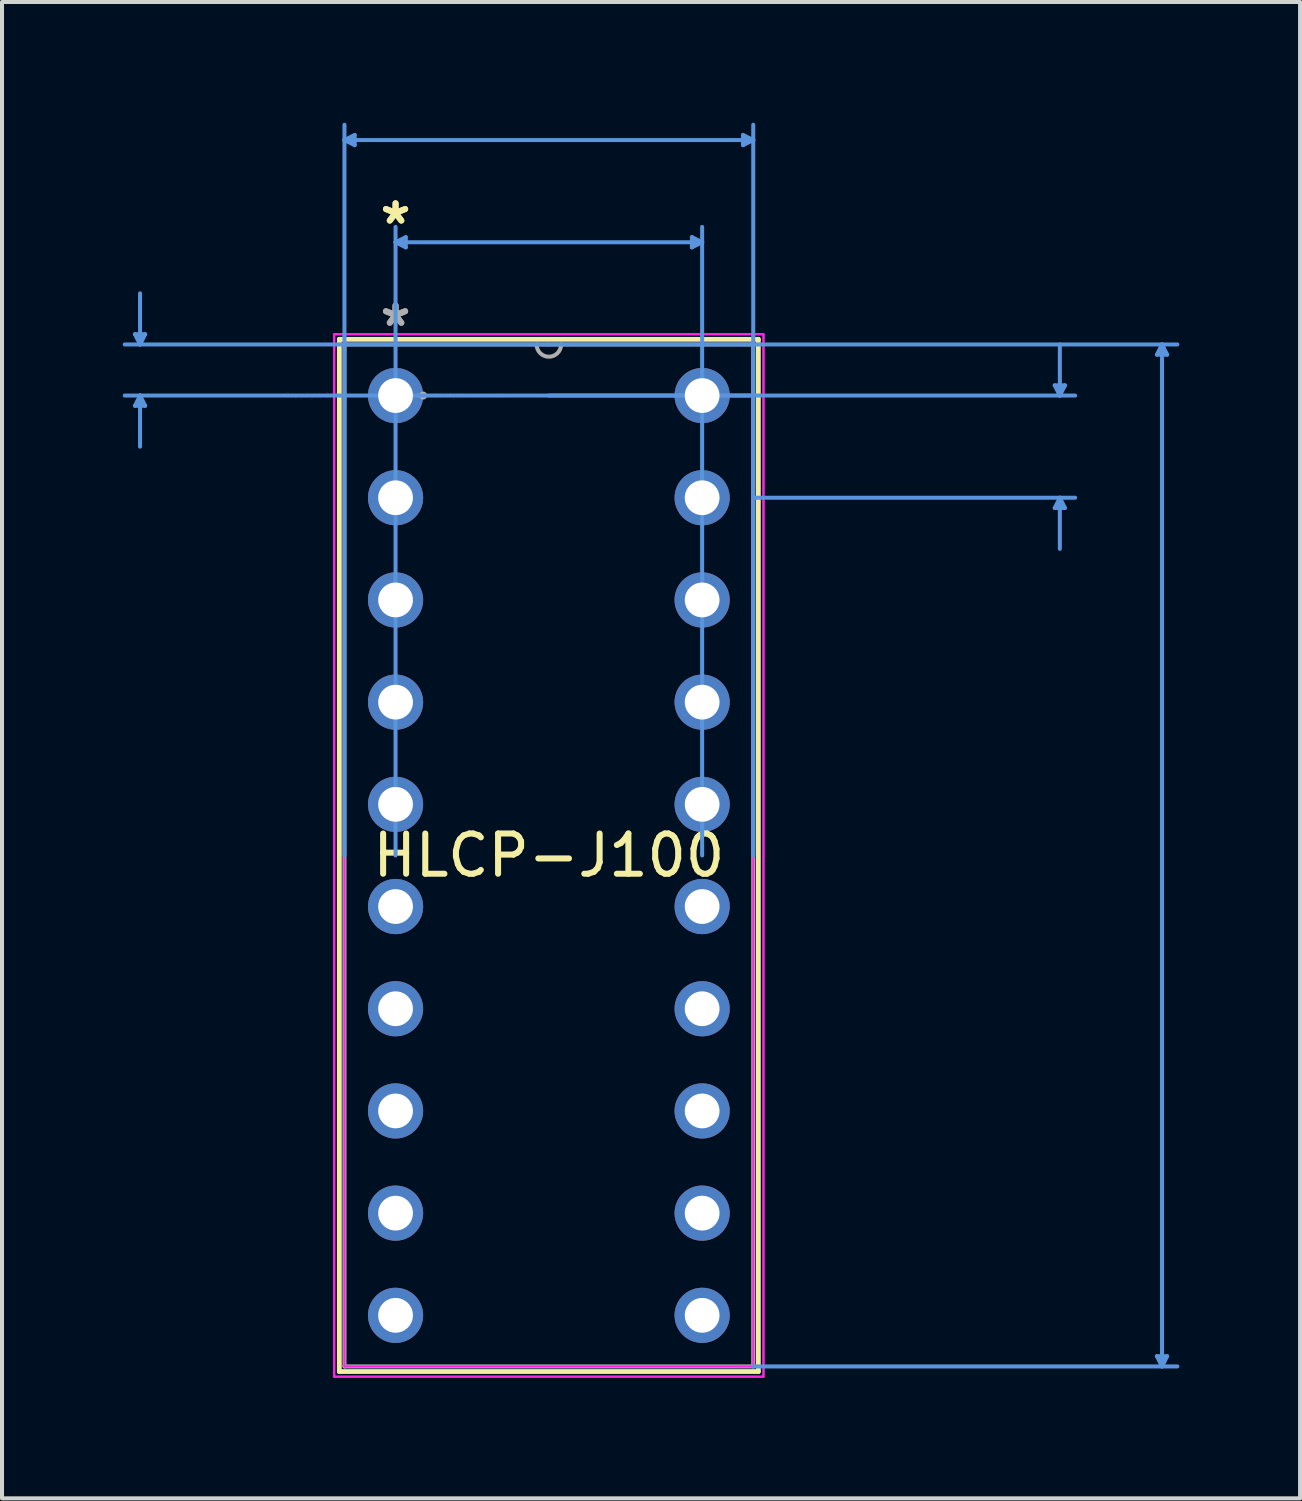
<source format=kicad_pcb>
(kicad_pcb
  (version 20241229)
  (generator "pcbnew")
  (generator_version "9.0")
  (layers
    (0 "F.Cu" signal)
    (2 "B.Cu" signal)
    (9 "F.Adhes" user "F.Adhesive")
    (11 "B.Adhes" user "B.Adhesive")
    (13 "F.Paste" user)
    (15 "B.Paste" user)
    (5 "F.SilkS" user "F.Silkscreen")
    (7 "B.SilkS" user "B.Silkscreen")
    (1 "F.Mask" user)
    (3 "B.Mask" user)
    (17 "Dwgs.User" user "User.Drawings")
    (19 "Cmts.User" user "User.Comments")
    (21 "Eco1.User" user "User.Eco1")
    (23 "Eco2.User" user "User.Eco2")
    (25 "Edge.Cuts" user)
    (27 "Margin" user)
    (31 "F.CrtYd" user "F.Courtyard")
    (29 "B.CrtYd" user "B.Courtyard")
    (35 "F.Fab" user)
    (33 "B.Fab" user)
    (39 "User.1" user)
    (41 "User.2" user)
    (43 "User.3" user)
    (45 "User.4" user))
  (footprint "HLCP-J100"
    (layer "F.Cu")
    (at 6.781 6.781)
    (property "Reference" "HLCP-J100" (at 3.81 11.43 0) (layer "F.SilkS") (effects (font (size 1 1) (thickness 0.15))))
    (attr through_hole)
    (fp_line (start -1.397 -1.397) (end -1.397 24.257) (stroke (width 0.12) (type solid)) (layer "F.SilkS"))
    (fp_line (start -1.397 24.257) (end 9.017 24.257) (stroke (width 0.12) (type solid)) (layer "F.SilkS"))
    (fp_line (start 9.017 -1.397) (end -1.397 -1.397) (stroke (width 0.12) (type solid)) (layer "F.SilkS"))
    (fp_line (start 9.017 24.257) (end 9.017 -1.397) (stroke (width 0.12) (type solid)) (layer "F.SilkS"))
    (fp_line (start -6.477 -1.524) (end -6.223 -1.524) (stroke (width 0.1) (type solid)) (layer "Cmts.User"))
    (fp_line (start -6.477 0.254) (end -6.223 0.254) (stroke (width 0.1) (type solid)) (layer "Cmts.User"))
    (fp_line (start -6.35 -1.27) (end -6.477 -1.524) (stroke (width 0.1) (type solid)) (layer "Cmts.User"))
    (fp_line (start -6.35 -1.27) (end -6.35 -2.54) (stroke (width 0.1) (type solid)) (layer "Cmts.User"))
    (fp_line (start -6.35 -1.27) (end -6.223 -1.524) (stroke (width 0.1) (type solid)) (layer "Cmts.User"))
    (fp_line (start -6.35 0) (end -6.477 0.254) (stroke (width 0.1) (type solid)) (layer "Cmts.User"))
    (fp_line (start -6.35 0) (end -6.35 1.27) (stroke (width 0.1) (type solid)) (layer "Cmts.User"))
    (fp_line (start -6.35 0) (end -6.223 0.254) (stroke (width 0.1) (type solid)) (layer "Cmts.User"))
    (fp_line (start -1.27 -6.35) (end -1.016 -6.477) (stroke (width 0.1) (type solid)) (layer "Cmts.User"))
    (fp_line (start -1.27 -6.35) (end -1.016 -6.223) (stroke (width 0.1) (type solid)) (layer "Cmts.User"))
    (fp_line (start -1.27 -6.35) (end 8.89 -6.35) (stroke (width 0.1) (type solid)) (layer "Cmts.User"))
    (fp_line (start -1.27 11.43) (end -1.27 -6.731) (stroke (width 0.1) (type solid)) (layer "Cmts.User"))
    (fp_line (start -1.016 -6.477) (end -1.016 -6.223) (stroke (width 0.1) (type solid)) (layer "Cmts.User"))
    (fp_line (start 0 -3.81) (end 0.254 -3.937) (stroke (width 0.1) (type solid)) (layer "Cmts.User"))
    (fp_line (start 0 -3.81) (end 0.254 -3.683) (stroke (width 0.1) (type solid)) (layer "Cmts.User"))
    (fp_line (start 0 -3.81) (end 7.62 -3.81) (stroke (width 0.1) (type solid)) (layer "Cmts.User"))
    (fp_line (start 0 11.43) (end 0 -4.191) (stroke (width 0.1) (type solid)) (layer "Cmts.User"))
    (fp_line (start 0.254 -3.937) (end 0.254 -3.683) (stroke (width 0.1) (type solid)) (layer "Cmts.User"))
    (fp_line (start 3.81 -1.27) (end -6.731 -1.27) (stroke (width 0.1) (type solid)) (layer "Cmts.User"))
    (fp_line (start 3.81 -1.27) (end 19.431 -1.27) (stroke (width 0.1) (type solid)) (layer "Cmts.User"))
    (fp_line (start 3.81 0) (end 16.891 0) (stroke (width 0.1) (type solid)) (layer "Cmts.User"))
    (fp_line (start 7.366 -3.937) (end 7.366 -3.683) (stroke (width 0.1) (type solid)) (layer "Cmts.User"))
    (fp_line (start 7.62 -3.81) (end 7.366 -3.937) (stroke (width 0.1) (type solid)) (layer "Cmts.User"))
    (fp_line (start 7.62 -3.81) (end 7.366 -3.683) (stroke (width 0.1) (type solid)) (layer "Cmts.User"))
    (fp_line (start 7.62 11.43) (end 7.62 -4.191) (stroke (width 0.1) (type solid)) (layer "Cmts.User"))
    (fp_line (start 8.636 -6.477) (end 8.636 -6.223) (stroke (width 0.1) (type solid)) (layer "Cmts.User"))
    (fp_line (start 8.89 -6.35) (end 8.636 -6.477) (stroke (width 0.1) (type solid)) (layer "Cmts.User"))
    (fp_line (start 8.89 -6.35) (end 8.636 -6.223) (stroke (width 0.1) (type solid)) (layer "Cmts.User"))
    (fp_line (start 8.89 0) (end -6.731 0) (stroke (width 0.1) (type solid)) (layer "Cmts.User"))
    (fp_line (start 8.89 2.54) (end 16.891 2.54) (stroke (width 0.1) (type solid)) (layer "Cmts.User"))
    (fp_line (start 8.89 11.43) (end 8.89 -6.731) (stroke (width 0.1) (type solid)) (layer "Cmts.User"))
    (fp_line (start 8.89 24.13) (end 19.431 24.13) (stroke (width 0.1) (type solid)) (layer "Cmts.User"))
    (fp_line (start 16.383 -0.254) (end 16.637 -0.254) (stroke (width 0.1) (type solid)) (layer "Cmts.User"))
    (fp_line (start 16.383 2.794) (end 16.637 2.794) (stroke (width 0.1) (type solid)) (layer "Cmts.User"))
    (fp_line (start 16.51 0) (end 16.383 -0.254) (stroke (width 0.1) (type solid)) (layer "Cmts.User"))
    (fp_line (start 16.51 0) (end 16.51 -1.27) (stroke (width 0.1) (type solid)) (layer "Cmts.User"))
    (fp_line (start 16.51 0) (end 16.637 -0.254) (stroke (width 0.1) (type solid)) (layer "Cmts.User"))
    (fp_line (start 16.51 2.54) (end 16.383 2.794) (stroke (width 0.1) (type solid)) (layer "Cmts.User"))
    (fp_line (start 16.51 2.54) (end 16.51 3.81) (stroke (width 0.1) (type solid)) (layer "Cmts.User"))
    (fp_line (start 16.51 2.54) (end 16.637 2.794) (stroke (width 0.1) (type solid)) (layer "Cmts.User"))
    (fp_line (start 18.923 -1.016) (end 19.177 -1.016) (stroke (width 0.1) (type solid)) (layer "Cmts.User"))
    (fp_line (start 18.923 23.876) (end 19.177 23.876) (stroke (width 0.1) (type solid)) (layer "Cmts.User"))
    (fp_line (start 19.05 -1.27) (end 18.923 -1.016) (stroke (width 0.1) (type solid)) (layer "Cmts.User"))
    (fp_line (start 19.05 -1.27) (end 19.05 24.13) (stroke (width 0.1) (type solid)) (layer "Cmts.User"))
    (fp_line (start 19.05 -1.27) (end 19.177 -1.016) (stroke (width 0.1) (type solid)) (layer "Cmts.User"))
    (fp_line (start 19.05 24.13) (end 18.923 23.876) (stroke (width 0.1) (type solid)) (layer "Cmts.User"))
    (fp_line (start 19.05 24.13) (end 19.177 23.876) (stroke (width 0.1) (type solid)) (layer "Cmts.User"))
    (fp_line (start -1.524 -1.524) (end 9.144 -1.524) (stroke (width 0.05) (type solid)) (layer "F.CrtYd"))
    (fp_line (start -1.524 -1.524) (end 9.144 -1.524) (stroke (width 0.05) (type solid)) (layer "F.CrtYd"))
    (fp_line (start -1.524 24.384) (end -1.524 -1.524) (stroke (width 0.05) (type solid)) (layer "F.CrtYd"))
    (fp_line (start -1.524 24.384) (end -1.524 -1.524) (stroke (width 0.05) (type solid)) (layer "F.CrtYd"))
    (fp_line (start -1.27 -1.27) (end 8.89 -1.27) (stroke (width 0.05) (type solid)) (layer "F.CrtYd"))
    (fp_line (start -1.27 24.13) (end -1.27 -1.27) (stroke (width 0.05) (type solid)) (layer "F.CrtYd"))
    (fp_line (start 8.89 -1.27) (end 8.89 24.13) (stroke (width 0.05) (type solid)) (layer "F.CrtYd"))
    (fp_line (start 8.89 24.13) (end -1.27 24.13) (stroke (width 0.05) (type solid)) (layer "F.CrtYd"))
    (fp_line (start 9.144 -1.524) (end 9.144 24.384) (stroke (width 0.05) (type solid)) (layer "F.CrtYd"))
    (fp_line (start 9.144 -1.524) (end 9.144 24.384) (stroke (width 0.05) (type solid)) (layer "F.CrtYd"))
    (fp_line (start 9.144 24.384) (end -1.524 24.384) (stroke (width 0.05) (type solid)) (layer "F.CrtYd"))
    (fp_line (start 9.144 24.384) (end -1.524 24.384) (stroke (width 0.05) (type solid)) (layer "F.CrtYd"))
    (fp_line (start -1.27 -1.27) (end -1.27 24.13) (stroke (width 0.1) (type solid)) (layer "F.Fab"))
    (fp_line (start -1.27 24.13) (end 8.89 24.13) (stroke (width 0.1) (type solid)) (layer "F.Fab"))
    (fp_line (start 8.89 -1.27) (end -1.27 -1.27) (stroke (width 0.1) (type solid)) (layer "F.Fab"))
    (fp_line (start 8.89 24.13) (end 8.89 -1.27) (stroke (width 0.1) (type solid)) (layer "F.Fab"))
    (fp_arc (start 4.1148 -1.27) (mid 3.81 -0.9652) (end 3.5052 -1.27) (stroke (width 0.1) (type solid)) (layer "F.Fab"))
    (fp_circle (center 0.686 0) (end 0.686 0) (stroke (width 0.1) (type solid)) (fill no) (layer "F.Fab"))
    (fp_text user "*" (at 0 -4.233 0) (layer "F.SilkS") (effects (font (size 1 1) (thickness 0.15))))
    (fp_text user "*" (at 0 -4.233 0) (layer "F.SilkS") (effects (font (size 1 1) (thickness 0.15))))
    (fp_text user "Copyright 2021 Accelerated Designs. All rights reserved." (at 0 0 0) (layer "Cmts.User") (effects (font (size 0.127 0.127) (thickness 0.002))))
    (fp_text user "*" (at 0 -1.693 0) (layer "F.Fab") (effects (font (size 1 1) (thickness 0.15))))
    (fp_text user "*" (at 0 -1.693 0) (layer "F.Fab") (effects (font (size 1 1) (thickness 0.15))))
    (pad "1" thru_hole circle (at 0 0) (size 1.372 1.372) (drill 0.864) (layers "*.Cu" "*.Mask"))
    (pad "2" thru_hole circle (at 0 2.54) (size 1.372 1.372) (drill 0.864) (layers "*.Cu" "*.Mask"))
    (pad "3" thru_hole circle (at 0 5.08) (size 1.372 1.372) (drill 0.864) (layers "*.Cu" "*.Mask"))
    (pad "4" thru_hole circle (at 0 7.62) (size 1.372 1.372) (drill 0.864) (layers "*.Cu" "*.Mask"))
    (pad "5" thru_hole circle (at 0 10.16) (size 1.372 1.372) (drill 0.864) (layers "*.Cu" "*.Mask"))
    (pad "6" thru_hole circle (at 0 12.7) (size 1.372 1.372) (drill 0.864) (layers "*.Cu" "*.Mask"))
    (pad "7" thru_hole circle (at 0 15.24) (size 1.372 1.372) (drill 0.864) (layers "*.Cu" "*.Mask"))
    (pad "8" thru_hole circle (at 0 17.78) (size 1.372 1.372) (drill 0.864) (layers "*.Cu" "*.Mask"))
    (pad "9" thru_hole circle (at 0 20.32) (size 1.372 1.372) (drill 0.864) (layers "*.Cu" "*.Mask"))
    (pad "10" thru_hole circle (at 0 22.86) (size 1.372 1.372) (drill 0.864) (layers "*.Cu" "*.Mask"))
    (pad "11" thru_hole circle (at 7.62 22.86) (size 1.372 1.372) (drill 0.864) (layers "*.Cu" "*.Mask"))
    (pad "12" thru_hole circle (at 7.62 20.32) (size 1.372 1.372) (drill 0.864) (layers "*.Cu" "*.Mask"))
    (pad "13" thru_hole circle (at 7.62 17.78) (size 1.372 1.372) (drill 0.864) (layers "*.Cu" "*.Mask"))
    (pad "14" thru_hole circle (at 7.62 15.24) (size 1.372 1.372) (drill 0.864) (layers "*.Cu" "*.Mask"))
    (pad "15" thru_hole circle (at 7.62 12.7) (size 1.372 1.372) (drill 0.864) (layers "*.Cu" "*.Mask"))
    (pad "16" thru_hole circle (at 7.62 10.16) (size 1.372 1.372) (drill 0.864) (layers "*.Cu" "*.Mask"))
    (pad "17" thru_hole circle (at 7.62 7.62) (size 1.372 1.372) (drill 0.864) (layers "*.Cu" "*.Mask"))
    (pad "18" thru_hole circle (at 7.62 5.08) (size 1.372 1.372) (drill 0.864) (layers "*.Cu" "*.Mask"))
    (pad "19" thru_hole circle (at 7.62 2.54) (size 1.372 1.372) (drill 0.864) (layers "*.Cu" "*.Mask"))
    (pad "20" thru_hole circle (at 7.62 0) (size 1.372 1.372) (drill 0.864) (layers "*.Cu" "*.Mask")))
  (gr_rect
    (start -3 -3)
    (end 29.262 34.19)
    (stroke (width 0.1) (type default))
    (fill no)
    (layer "Edge.Cuts")))
</source>
